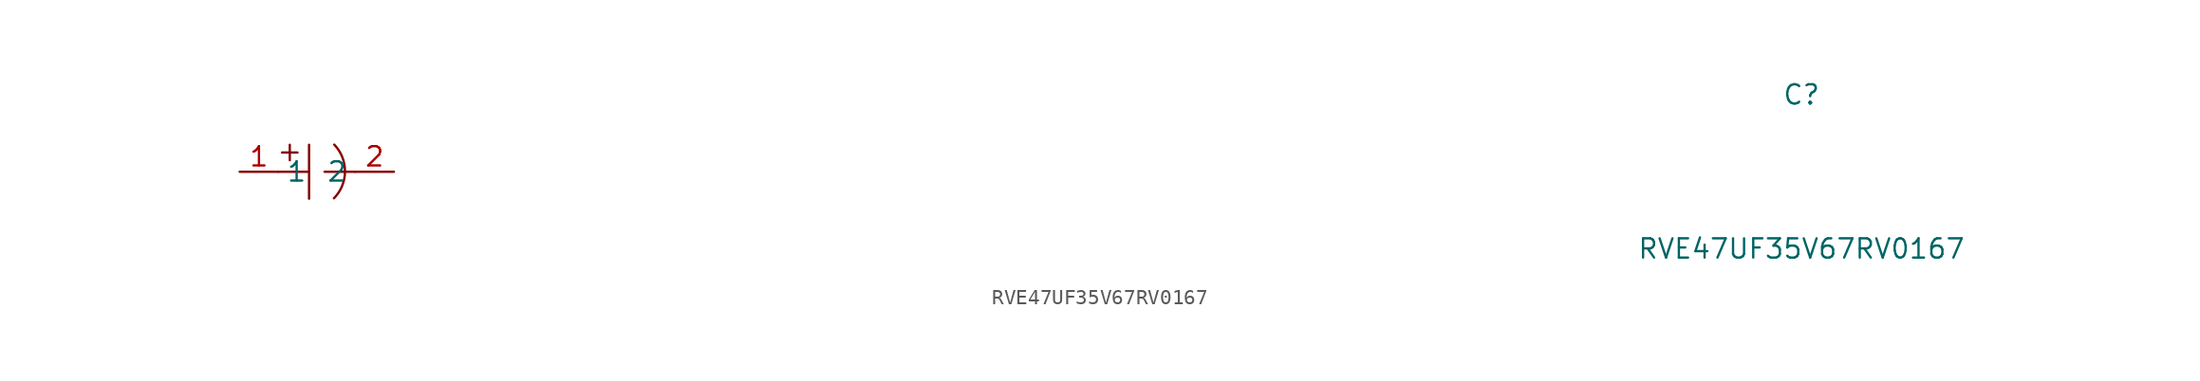
<source format=kicad_sym>
(kicad_symbol_lib
  (version 1)
  (generator "faebryk")
  (symbol "RVE47UF35V67RV0167"
    (property "Reference" "C"
      (at 0 81.28 0)
      (effects (font (size 1.27 1.27)) (hide no)))
    (property "Value" "RVE47UF35V67RV0167"
      (at 0 71.12 0)
      (effects (font (size 1.27 1.27)) (hide no)))
    (symbol "RVE47UF35V67RV0167_0_1"
      (polyline (stroke (width 0) (type default) (color 0 0 0 0)) (fill (type none)) (pts (xy -98.3 77.98) (xy -98.3 74.42)))
      (polyline (stroke (width 0) (type default) (color 0 0 0 0)) (fill (type none)) (pts (xy -100.33 76.2) (xy -98.3 76.2)))
      (polyline (stroke (width 0) (type default) (color 0 0 0 0)) (fill (type none)) (pts (xy -97.28 76.2) (xy -95.25 76.2)))
      (polyline (stroke (width 0) (type default) (color 0 0 0 0)) (fill (type none)) (pts (xy -100.08 77.47) (xy -99.06 77.47)))
      (polyline (stroke (width 0) (type default) (color 0 0 0 0)) (fill (type none)) (pts (xy -99.57 77.98) (xy -99.57 76.96)))
      (arc (start -96.66 74.45) (mid -92.32 75.79) (end -96.64 77.99) (stroke (width 0) (type default) (color 0 0 0 0)) (fill (type none)))
      (pin input line (at -102.87 76.2 0) (length 2.54) (name "1" (effects (font (size 1.27 1.27)) (hide no))) (number "1" (effects (font (size 1.27 1.27)) (hide no))))
      (pin input line (at -92.71 76.2 180) (length 2.54) (name "2" (effects (font (size 1.27 1.27)) (hide no))) (number "2" (effects (font (size 1.27 1.27)) (hide no)))))))
</source>
